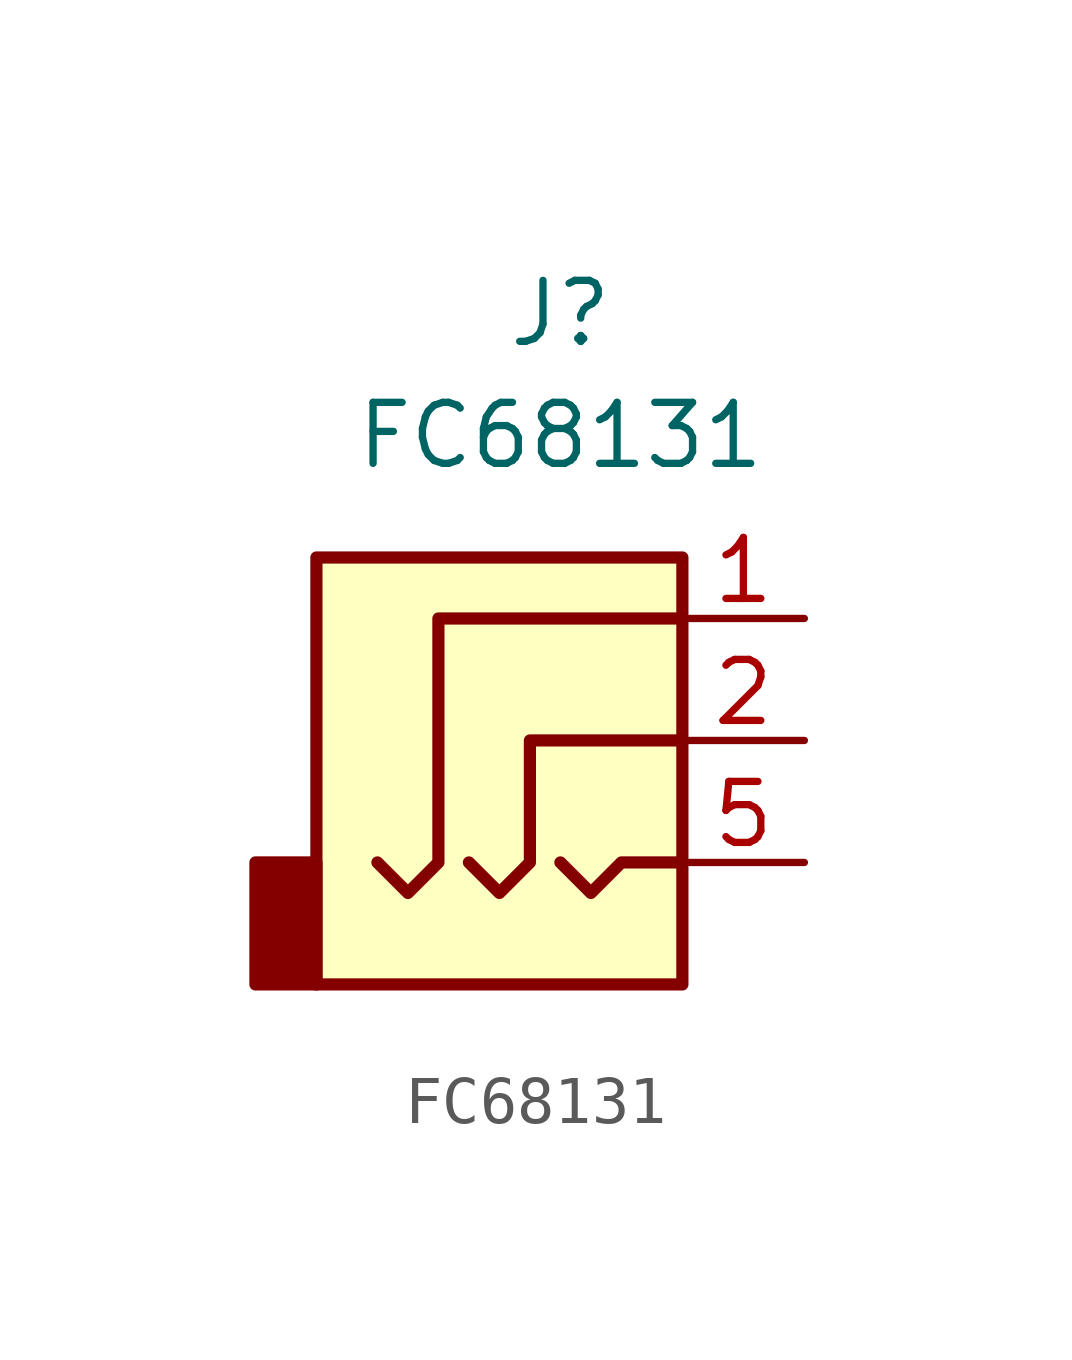
<source format=kicad_sym>
(kicad_symbol_lib
  (version 20211014)
  (generator kicad_symbol_editor)
  (symbol "FC68131"
    (property "Reference" "J"
      (at 0 8.89 0)
      (effects (font (size 1.27 1.27))))
    (property "Value" "FC68131"
      (at 0 6.35 0)
      (effects (font (size 1.27 1.27))))
    (symbol "FC68131_0_1"
      (rectangle (start -5.08 -5.08) (end -6.35 -2.54) (stroke (width 0.254) (type default) (color 0 0 0 0)) (fill (type outline)))
      (polyline (pts (xy 0 -2.54) (xy 0.635 -3.175) (xy 1.27 -2.54) (xy 2.54 -2.54)) (stroke (width 0.254) (type default) (color 0 0 0 0)) (fill (type none)))
      (polyline (pts (xy -1.905 -2.54) (xy -1.27 -3.175) (xy -0.635 -2.54) (xy -0.635 0) (xy 2.54 0)) (stroke (width 0.254) (type default) (color 0 0 0 0)) (fill (type none)))
      (polyline (pts (xy 2.54 2.54) (xy -2.54 2.54) (xy -2.54 -2.54) (xy -3.175 -3.175) (xy -3.81 -2.54)) (stroke (width 0.254) (type default) (color 0 0 0 0)) (fill (type none)))
      (rectangle (start 2.54 3.81) (end -5.08 -5.08) (stroke (width 0.254) (type default) (color 0 0 0 0)) (fill (type background))))
    (symbol "FC68131_1_1"
      (pin passive line (at 5.08 2.54 180) (length 2.54) (name "~" (effects (font (size 1.27 1.27)))) (number "1" (effects (font (size 1.27 1.27)))))
      (pin passive line (at 5.08 0 180) (length 2.54) (name "~" (effects (font (size 1.27 1.27)))) (number "2" (effects (font (size 1.27 1.27)))))
      (pin passive line (at 5.08 -2.54 180) (length 2.54) (name "~" (effects (font (size 1.27 1.27)))) (number "5" (effects (font (size 1.27 1.27))))))))
</source>
